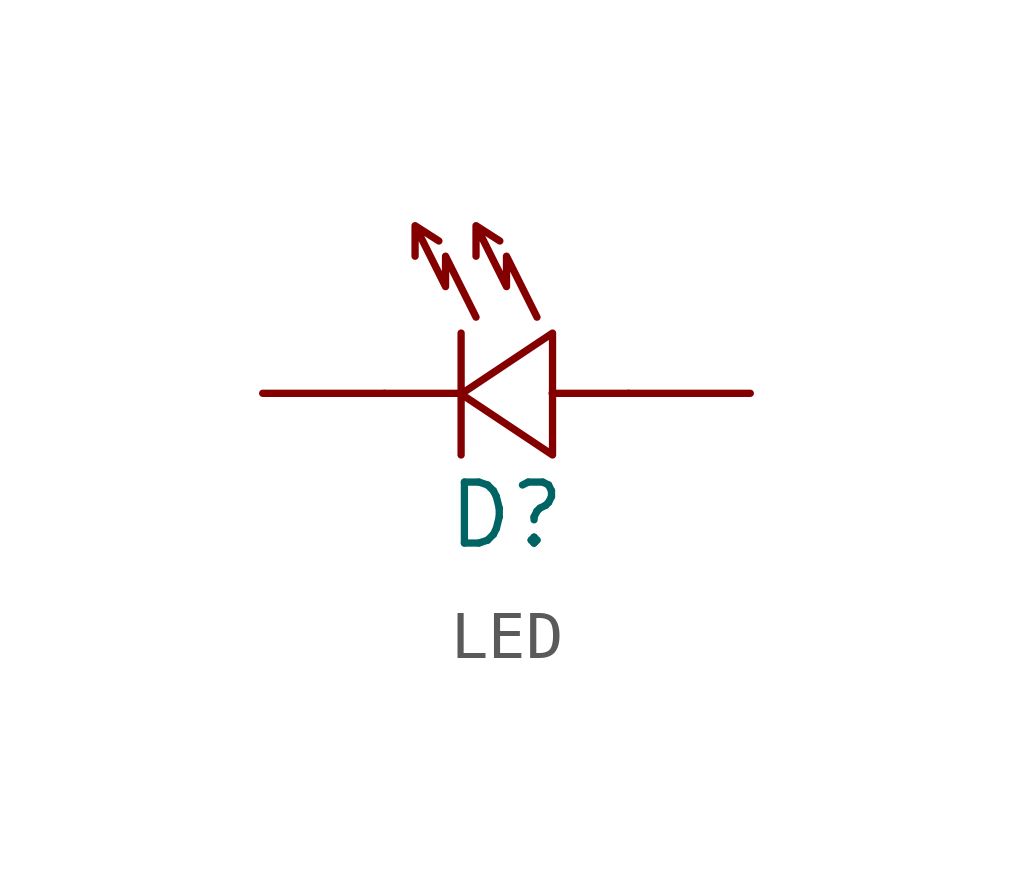
<source format=kicad_sym>
(kicad_symbol_lib
  (version 20220914)
  (generator kicad_symbol_editor)
  (symbol "LED"
    (pin_numbers hide)
    (property "Reference" "D"
      (at 5.08 -2.54 0)
      (effects (font (size 1.27 1.27))))
    (property "Value" ""
      (at 0 0 0)
      (effects (font (size 1.27 1.27))))
    (symbol "LED_0_1"
      (polyline (pts (xy 2.54 0) (xy 4.128 0)) (stroke (width 0) (type default)) (fill (type none)))
      (polyline (pts (xy 6.032 0) (xy 7.62 0)) (stroke (width 0) (type default)) (fill (type none)))
      (polyline (pts (xy 4.445 1.587) (xy 3.81 2.857) (xy 3.81 2.223) (xy 3.175 3.493) (xy 3.175 2.857) (xy 3.175 3.493) (xy 3.671 3.174) (xy 3.175 3.493)) (stroke (width 0) (type default)) (fill (type none)))
      (polyline (pts (xy 5.715 1.587) (xy 5.08 2.857) (xy 5.08 2.223) (xy 4.445 3.493) (xy 4.445 2.857) (xy 4.445 3.493) (xy 4.941 3.174) (xy 4.445 3.493)) (stroke (width 0) (type default)) (fill (type none)))
      (polyline (pts (xy 6.039 -1.285) (xy 6.039 1.255) (xy 4.134 -0.015) (xy 6.039 -1.285) (xy 4.134 -0.015) (xy 4.134 -1.285) (xy 4.134 1.255) (xy 4.134 -0.015)) (stroke (width 0) (type default)) (fill (type none))))
    (symbol "LED_1_1"
      (pin passive line (at 0 0 0) (length 2.54) (name "" (effects (font (size 1.27 1.27)))) (number "1" (effects (font (size 1.27 1.27)))))
      (pin passive line (at 10.16 0 180) (length 2.54) (name "" (effects (font (size 1.27 1.27)))) (number "2" (effects (font (size 1.27 1.27))))))))
</source>
